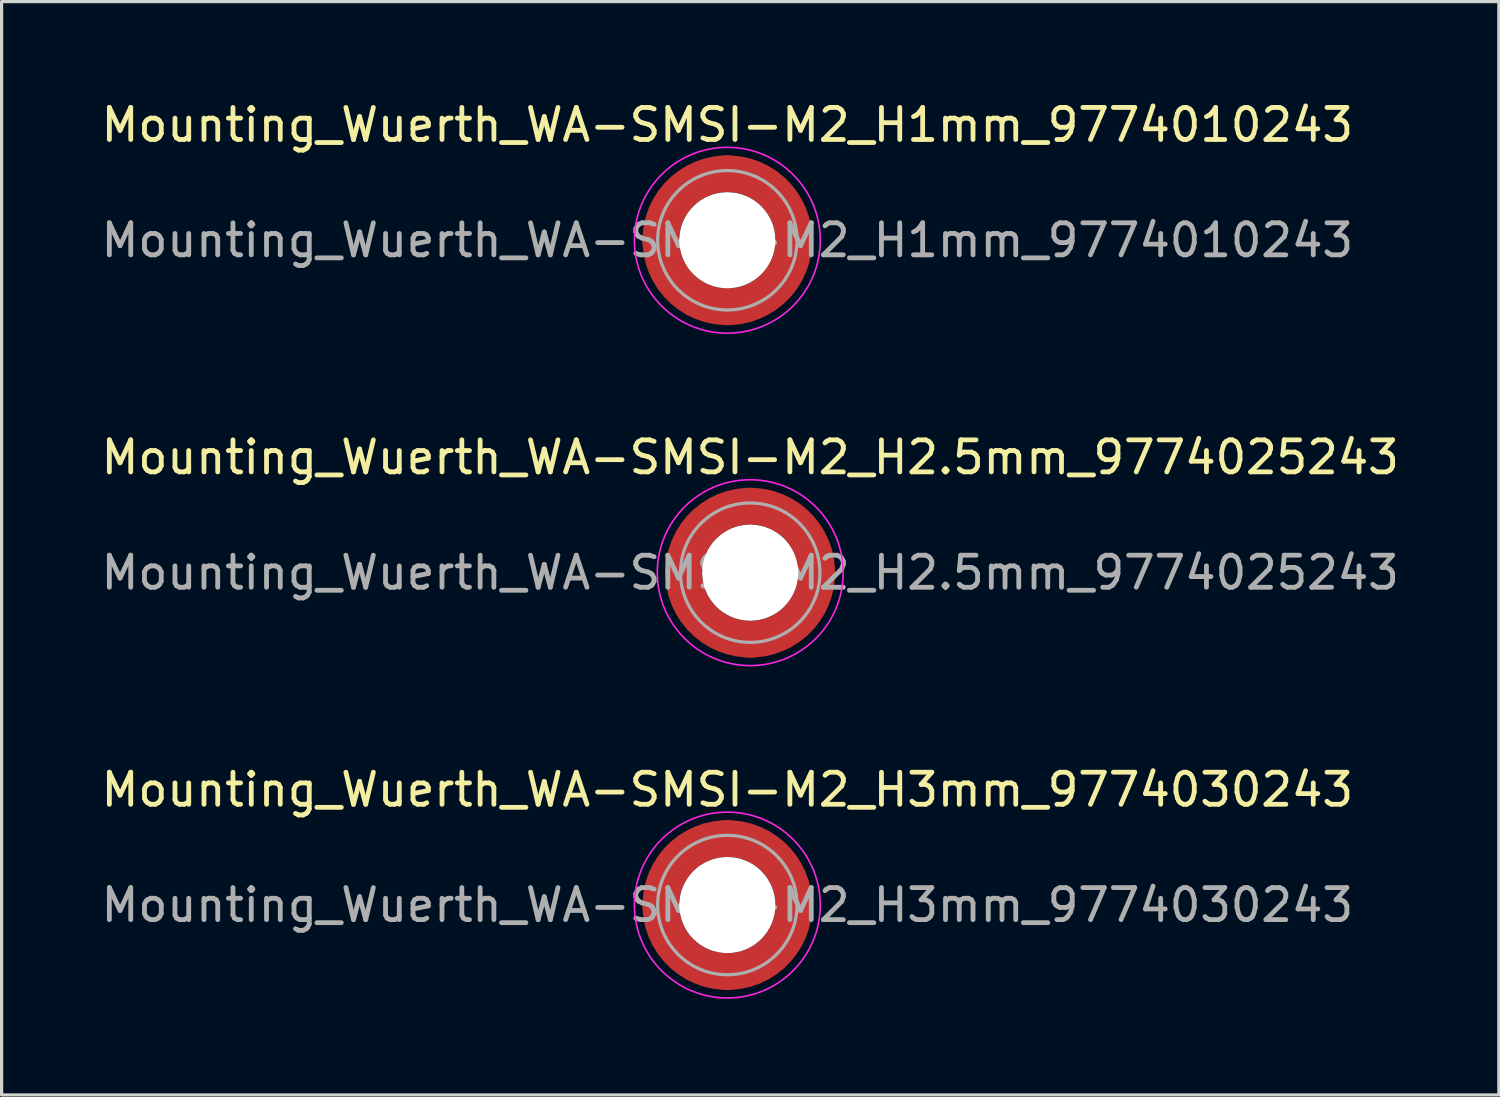
<source format=kicad_pcb>
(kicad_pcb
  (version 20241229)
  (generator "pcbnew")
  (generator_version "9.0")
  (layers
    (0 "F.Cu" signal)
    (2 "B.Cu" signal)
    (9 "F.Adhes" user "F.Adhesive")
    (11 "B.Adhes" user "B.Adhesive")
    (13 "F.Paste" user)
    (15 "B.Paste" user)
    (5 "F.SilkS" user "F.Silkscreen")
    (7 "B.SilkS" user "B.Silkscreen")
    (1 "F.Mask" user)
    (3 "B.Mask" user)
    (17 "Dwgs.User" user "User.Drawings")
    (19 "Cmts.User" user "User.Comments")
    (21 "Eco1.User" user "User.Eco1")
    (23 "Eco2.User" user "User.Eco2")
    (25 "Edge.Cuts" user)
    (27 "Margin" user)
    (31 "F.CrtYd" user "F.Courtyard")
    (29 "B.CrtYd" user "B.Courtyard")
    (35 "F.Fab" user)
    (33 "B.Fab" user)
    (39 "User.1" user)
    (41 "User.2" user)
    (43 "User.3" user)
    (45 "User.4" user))
  (footprint "Mounting_Wuerth_WA-SMSI-M2_H1mm_9774010243"
    (layer "F.Cu")
    (at 19.649 4.448)
    (property "Reference" "Mounting_Wuerth_WA-SMSI-M2_H1mm_9774010243" (at 0 -3.6 0) (layer "F.SilkS") (effects (font (size 1 1) (thickness 0.15))))
    (attr smd)
    (fp_circle (center 0 0) (end 2.9 0) (stroke (width 0.05) (type solid)) (fill no) (layer "F.CrtYd"))
    (fp_circle (center 0 0) (end 2.175 0) (stroke (width 0.1) (type solid)) (fill no) (layer "F.Fab"))
    (fp_text user "${REFERENCE}" (at 0 0 0) (layer "F.Fab") (effects (font (size 1 1) (thickness 0.15))))
    (pad "" smd custom (at -1.453 -1.453) (size 1.01 1.01) (layers "F.Paste") (options (anchor circle)) (primitives (gr_arc (start -0.262632 0.900604) (mid 0.178544 0.178544) (end 0.900604 -0.262632) (width 0.505)) (gr_arc (start -0.526231 0.900604) (mid 0 0) (end 0.900604 -0.526231) (width 0.505)) (gr_arc (start -0.787275 0.900604) (mid -0.178545 -0.178545) (end 0.900604 -0.787275) (width 0.505)) (gr_line (start 0.901 -0.263) (end 0.901 -0.787) (width 0.505)) (gr_line (start -0.263 0.901) (end -0.787 0.901) (width 0.505))))
    (pad "" smd custom (at -1.453 1.453) (size 1.01 1.01) (layers "F.Paste") (options (anchor circle)) (primitives (gr_arc (start 0.900604 0.262632) (mid 0.178544 -0.178544) (end -0.262632 -0.900604) (width 0.505)) (gr_arc (start 0.900604 0.526231) (mid 0 0) (end -0.526231 -0.900604) (width 0.505)) (gr_arc (start 0.900604 0.787275) (mid -0.178545 0.178545) (end -0.787275 -0.900604) (width 0.505)) (gr_line (start -0.263 -0.901) (end -0.787 -0.901) (width 0.505)) (gr_line (start 0.901 0.263) (end 0.901 0.787) (width 0.505))))
    (pad "" np_thru_hole circle (at 0 0) (size 3 3) (drill 3) (layers "*.Cu" "*.Mask"))
    (pad "" smd custom (at 1.453 -1.453) (size 1.01 1.01) (layers "F.Paste") (options (anchor circle)) (primitives (gr_arc (start -0.900604 -0.262632) (mid -0.178544 0.178544) (end 0.262632 0.900604) (width 0.505)) (gr_arc (start -0.900604 -0.526231) (mid 0 0) (end 0.526231 0.900604) (width 0.505)) (gr_arc (start -0.900604 -0.787275) (mid 0.178545 -0.178545) (end 0.787275 0.900604) (width 0.505)) (gr_line (start 0.263 0.901) (end 0.787 0.901) (width 0.505)) (gr_line (start -0.901 -0.263) (end -0.901 -0.787) (width 0.505))))
    (pad "" smd custom (at 1.453 1.453) (size 1.01 1.01) (layers "F.Paste") (options (anchor circle)) (primitives (gr_arc (start 0.262632 -0.900604) (mid -0.178544 -0.178544) (end -0.900604 0.262632) (width 0.505)) (gr_arc (start 0.526231 -0.900604) (mid 0 0) (end -0.900604 0.526231) (width 0.505)) (gr_arc (start 0.787275 -0.900604) (mid 0.178545 0.178545) (end -0.900604 0.787275) (width 0.505)) (gr_line (start -0.901 0.263) (end -0.901 0.787) (width 0.505)) (gr_line (start 0.263 -0.901) (end 0.787 -0.901) (width 0.505))))
    (pad "1" smd circle (at -2.075 0) (size 1.15 1.15) (layers "F.Cu"))
    (pad "1" smd circle (at 0 -2.075) (size 1.15 1.15) (layers "F.Cu"))
    (pad "1" smd circle (at 0 2.075) (size 1.15 1.15) (layers "F.Cu"))
    (pad "1" smd custom (at 2.075 0) (size 1.15 1.15) (layers "F.Cu" "F.Mask") (options (anchor circle)) (primitives (gr_circle (center -2.075 0) (end 0 0) (width 1.15) (fill no)))))
  (footprint "Mounting_Wuerth_WA-SMSI-M2_H2.5mm_9774025243"
    (layer "F.Cu")
    (at 20.363 14.822)
    (property "Reference" "Mounting_Wuerth_WA-SMSI-M2_H2.5mm_9774025243" (at 0 -3.6 0) (layer "F.SilkS") (effects (font (size 1 1) (thickness 0.15))))
    (attr smd)
    (fp_circle (center 0 0) (end 2.9 0) (stroke (width 0.05) (type solid)) (fill no) (layer "F.CrtYd"))
    (fp_circle (center 0 0) (end 2.175 0) (stroke (width 0.1) (type solid)) (fill no) (layer "F.Fab"))
    (fp_text user "${REFERENCE}" (at 0 0 0) (layer "F.Fab") (effects (font (size 1 1) (thickness 0.15))))
    (pad "" smd custom (at -1.453 -1.453) (size 1.01 1.01) (layers "F.Paste") (options (anchor circle)) (primitives (gr_arc (start -0.147677 1.053104) (mid 0.286378 0.286378) (end 1.053104 -0.147677) (width 0.2)) (gr_arc (start -0.240295 1.053104) (mid 0.222738 0.222738) (end 1.053104 -0.240295) (width 0.2)) (gr_arc (start -0.332645 1.053104) (mid 0.159099 0.159099) (end 1.053104 -0.332645) (width 0.2)) (gr_arc (start -0.424767 1.053104) (mid 0.095459 0.095459) (end 1.053104 -0.424767) (width 0.2)) (gr_arc (start -0.516693 1.053104) (mid 0.031819 0.031819) (end 1.053104 -0.516693) (width 0.2)) (gr_arc (start -0.608448 1.053104) (mid -0.03182 -0.03182) (end 1.053104 -0.608448) (width 0.2)) (gr_arc (start -0.700056 1.053104) (mid -0.09546 -0.09546) (end 1.053104 -0.700056) (width 0.2)) (gr_arc (start -0.791534 1.053104) (mid -0.159099 -0.159099) (end 1.053104 -0.791534) (width 0.2)) (gr_arc (start -0.882896 1.053104) (mid -0.222738 -0.222738) (end 1.053104 -0.882896) (width 0.2)) (gr_arc (start -0.974157 1.053104) (mid -0.286378 -0.286378) (end 1.053104 -0.974157) (width 0.2)) (gr_line (start 1.053 -0.148) (end 1.053 -0.974) (width 0.2)) (gr_line (start -0.148 1.053) (end -0.974 1.053) (width 0.2))))
    (pad "" smd custom (at -1.453 1.453) (size 1.01 1.01) (layers "F.Paste") (options (anchor circle)) (primitives (gr_arc (start 1.053104 0.147677) (mid 0.286378 -0.286378) (end -0.147677 -1.053104) (width 0.2)) (gr_arc (start 1.053104 0.240295) (mid 0.222738 -0.222738) (end -0.240295 -1.053104) (width 0.2)) (gr_arc (start 1.053104 0.332645) (mid 0.159099 -0.159099) (end -0.332645 -1.053104) (width 0.2)) (gr_arc (start 1.053104 0.424767) (mid 0.095459 -0.095459) (end -0.424767 -1.053104) (width 0.2)) (gr_arc (start 1.053104 0.516693) (mid 0.031819 -0.031819) (end -0.516693 -1.053104) (width 0.2)) (gr_arc (start 1.053104 0.608448) (mid -0.03182 0.03182) (end -0.608448 -1.053104) (width 0.2)) (gr_arc (start 1.053104 0.700056) (mid -0.09546 0.09546) (end -0.700056 -1.053104) (width 0.2)) (gr_arc (start 1.053104 0.791534) (mid -0.159099 0.159099) (end -0.791534 -1.053104) (width 0.2)) (gr_arc (start 1.053104 0.882896) (mid -0.222738 0.222738) (end -0.882896 -1.053104) (width 0.2)) (gr_arc (start 1.053104 0.974157) (mid -0.286378 0.286378) (end -0.974157 -1.053104) (width 0.2)) (gr_line (start -0.148 -1.053) (end -0.974 -1.053) (width 0.2)) (gr_line (start 1.053 0.148) (end 1.053 0.974) (width 0.2))))
    (pad "" np_thru_hole circle (at 0 0) (size 3 3) (drill 3) (layers "*.Cu" "*.Mask"))
    (pad "" smd custom (at 1.453 -1.453) (size 1.01 1.01) (layers "F.Paste") (options (anchor circle)) (primitives (gr_arc (start -1.053104 -0.147677) (mid -0.286378 0.286378) (end 0.147677 1.053104) (width 0.2)) (gr_arc (start -1.053104 -0.240295) (mid -0.222738 0.222738) (end 0.240295 1.053104) (width 0.2)) (gr_arc (start -1.053104 -0.332645) (mid -0.159099 0.159099) (end 0.332645 1.053104) (width 0.2)) (gr_arc (start -1.053104 -0.424767) (mid -0.095459 0.095459) (end 0.424767 1.053104) (width 0.2)) (gr_arc (start -1.053104 -0.516693) (mid -0.031819 0.031819) (end 0.516693 1.053104) (width 0.2)) (gr_arc (start -1.053104 -0.608448) (mid 0.03182 -0.03182) (end 0.608448 1.053104) (width 0.2)) (gr_arc (start -1.053104 -0.700056) (mid 0.09546 -0.09546) (end 0.700056 1.053104) (width 0.2)) (gr_arc (start -1.053104 -0.791534) (mid 0.159099 -0.159099) (end 0.791534 1.053104) (width 0.2)) (gr_arc (start -1.053104 -0.882896) (mid 0.222738 -0.222738) (end 0.882896 1.053104) (width 0.2)) (gr_arc (start -1.053104 -0.974157) (mid 0.286378 -0.286378) (end 0.974157 1.053104) (width 0.2)) (gr_line (start 0.148 1.053) (end 0.974 1.053) (width 0.2)) (gr_line (start -1.053 -0.148) (end -1.053 -0.974) (width 0.2))))
    (pad "" smd custom (at 1.453 1.453) (size 1.01 1.01) (layers "F.Paste") (options (anchor circle)) (primitives (gr_arc (start 0.147677 -1.053104) (mid -0.286378 -0.286378) (end -1.053104 0.147677) (width 0.2)) (gr_arc (start 0.240295 -1.053104) (mid -0.222738 -0.222738) (end -1.053104 0.240295) (width 0.2)) (gr_arc (start 0.332645 -1.053104) (mid -0.159099 -0.159099) (end -1.053104 0.332645) (width 0.2)) (gr_arc (start 0.424767 -1.053104) (mid -0.095459 -0.095459) (end -1.053104 0.424767) (width 0.2)) (gr_arc (start 0.516693 -1.053104) (mid -0.031819 -0.031819) (end -1.053104 0.516693) (width 0.2)) (gr_arc (start 0.608448 -1.053104) (mid 0.03182 0.03182) (end -1.053104 0.608448) (width 0.2)) (gr_arc (start 0.700056 -1.053104) (mid 0.09546 0.09546) (end -1.053104 0.700056) (width 0.2)) (gr_arc (start 0.791534 -1.053104) (mid 0.159099 0.159099) (end -1.053104 0.791534) (width 0.2)) (gr_arc (start 0.882896 -1.053104) (mid 0.222738 0.222738) (end -1.053104 0.882896) (width 0.2)) (gr_arc (start 0.974157 -1.053104) (mid 0.286378 0.286378) (end -1.053104 0.974157) (width 0.2)) (gr_line (start -1.053 0.148) (end -1.053 0.974) (width 0.2)) (gr_line (start 0.148 -1.053) (end 0.974 -1.053) (width 0.2))))
    (pad "1" smd circle (at -2.075 0) (size 1.15 1.15) (layers "F.Cu"))
    (pad "1" smd circle (at 0 -2.075) (size 1.15 1.15) (layers "F.Cu"))
    (pad "1" smd circle (at 0 2.075) (size 1.15 1.15) (layers "F.Cu"))
    (pad "1" smd custom (at 2.075 0) (size 1.15 1.15) (layers "F.Cu" "F.Mask") (options (anchor circle)) (primitives (gr_circle (center -2.075 0) (end 0 0) (width 1.15) (fill no)))))
  (footprint "Mounting_Wuerth_WA-SMSI-M2_H3mm_9774030243"
    (layer "F.Cu")
    (at 19.649 25.195)
    (property "Reference" "Mounting_Wuerth_WA-SMSI-M2_H3mm_9774030243" (at 0 -3.6 0) (layer "F.SilkS") (effects (font (size 1 1) (thickness 0.15))))
    (attr smd)
    (fp_circle (center 0 0) (end 2.9 0) (stroke (width 0.05) (type solid)) (fill no) (layer "F.CrtYd"))
    (fp_circle (center 0 0) (end 2.175 0) (stroke (width 0.1) (type solid)) (fill no) (layer "F.Fab"))
    (fp_text user "${REFERENCE}" (at 0 0 0) (layer "F.Fab") (effects (font (size 1 1) (thickness 0.15))))
    (pad "" smd custom (at -1.453 -1.453) (size 1.01 1.01) (layers "F.Paste") (options (anchor circle)) (primitives (gr_arc (start -0.147677 1.053104) (mid 0.286378 0.286378) (end 1.053104 -0.147677) (width 0.2)) (gr_arc (start -0.240295 1.053104) (mid 0.222738 0.222738) (end 1.053104 -0.240295) (width 0.2)) (gr_arc (start -0.332645 1.053104) (mid 0.159099 0.159099) (end 1.053104 -0.332645) (width 0.2)) (gr_arc (start -0.424767 1.053104) (mid 0.095459 0.095459) (end 1.053104 -0.424767) (width 0.2)) (gr_arc (start -0.516693 1.053104) (mid 0.031819 0.031819) (end 1.053104 -0.516693) (width 0.2)) (gr_arc (start -0.608448 1.053104) (mid -0.03182 -0.03182) (end 1.053104 -0.608448) (width 0.2)) (gr_arc (start -0.700056 1.053104) (mid -0.09546 -0.09546) (end 1.053104 -0.700056) (width 0.2)) (gr_arc (start -0.791534 1.053104) (mid -0.159099 -0.159099) (end 1.053104 -0.791534) (width 0.2)) (gr_arc (start -0.882896 1.053104) (mid -0.222738 -0.222738) (end 1.053104 -0.882896) (width 0.2)) (gr_arc (start -0.974157 1.053104) (mid -0.286378 -0.286378) (end 1.053104 -0.974157) (width 0.2)) (gr_line (start 1.053 -0.148) (end 1.053 -0.974) (width 0.2)) (gr_line (start -0.148 1.053) (end -0.974 1.053) (width 0.2))))
    (pad "" smd custom (at -1.453 1.453) (size 1.01 1.01) (layers "F.Paste") (options (anchor circle)) (primitives (gr_arc (start 1.053104 0.147677) (mid 0.286378 -0.286378) (end -0.147677 -1.053104) (width 0.2)) (gr_arc (start 1.053104 0.240295) (mid 0.222738 -0.222738) (end -0.240295 -1.053104) (width 0.2)) (gr_arc (start 1.053104 0.332645) (mid 0.159099 -0.159099) (end -0.332645 -1.053104) (width 0.2)) (gr_arc (start 1.053104 0.424767) (mid 0.095459 -0.095459) (end -0.424767 -1.053104) (width 0.2)) (gr_arc (start 1.053104 0.516693) (mid 0.031819 -0.031819) (end -0.516693 -1.053104) (width 0.2)) (gr_arc (start 1.053104 0.608448) (mid -0.03182 0.03182) (end -0.608448 -1.053104) (width 0.2)) (gr_arc (start 1.053104 0.700056) (mid -0.09546 0.09546) (end -0.700056 -1.053104) (width 0.2)) (gr_arc (start 1.053104 0.791534) (mid -0.159099 0.159099) (end -0.791534 -1.053104) (width 0.2)) (gr_arc (start 1.053104 0.882896) (mid -0.222738 0.222738) (end -0.882896 -1.053104) (width 0.2)) (gr_arc (start 1.053104 0.974157) (mid -0.286378 0.286378) (end -0.974157 -1.053104) (width 0.2)) (gr_line (start -0.148 -1.053) (end -0.974 -1.053) (width 0.2)) (gr_line (start 1.053 0.148) (end 1.053 0.974) (width 0.2))))
    (pad "" np_thru_hole circle (at 0 0) (size 3 3) (drill 3) (layers "*.Cu" "*.Mask"))
    (pad "" smd custom (at 1.453 -1.453) (size 1.01 1.01) (layers "F.Paste") (options (anchor circle)) (primitives (gr_arc (start -1.053104 -0.147677) (mid -0.286378 0.286378) (end 0.147677 1.053104) (width 0.2)) (gr_arc (start -1.053104 -0.240295) (mid -0.222738 0.222738) (end 0.240295 1.053104) (width 0.2)) (gr_arc (start -1.053104 -0.332645) (mid -0.159099 0.159099) (end 0.332645 1.053104) (width 0.2)) (gr_arc (start -1.053104 -0.424767) (mid -0.095459 0.095459) (end 0.424767 1.053104) (width 0.2)) (gr_arc (start -1.053104 -0.516693) (mid -0.031819 0.031819) (end 0.516693 1.053104) (width 0.2)) (gr_arc (start -1.053104 -0.608448) (mid 0.03182 -0.03182) (end 0.608448 1.053104) (width 0.2)) (gr_arc (start -1.053104 -0.700056) (mid 0.09546 -0.09546) (end 0.700056 1.053104) (width 0.2)) (gr_arc (start -1.053104 -0.791534) (mid 0.159099 -0.159099) (end 0.791534 1.053104) (width 0.2)) (gr_arc (start -1.053104 -0.882896) (mid 0.222738 -0.222738) (end 0.882896 1.053104) (width 0.2)) (gr_arc (start -1.053104 -0.974157) (mid 0.286378 -0.286378) (end 0.974157 1.053104) (width 0.2)) (gr_line (start 0.148 1.053) (end 0.974 1.053) (width 0.2)) (gr_line (start -1.053 -0.148) (end -1.053 -0.974) (width 0.2))))
    (pad "" smd custom (at 1.453 1.453) (size 1.01 1.01) (layers "F.Paste") (options (anchor circle)) (primitives (gr_arc (start 0.147677 -1.053104) (mid -0.286378 -0.286378) (end -1.053104 0.147677) (width 0.2)) (gr_arc (start 0.240295 -1.053104) (mid -0.222738 -0.222738) (end -1.053104 0.240295) (width 0.2)) (gr_arc (start 0.332645 -1.053104) (mid -0.159099 -0.159099) (end -1.053104 0.332645) (width 0.2)) (gr_arc (start 0.424767 -1.053104) (mid -0.095459 -0.095459) (end -1.053104 0.424767) (width 0.2)) (gr_arc (start 0.516693 -1.053104) (mid -0.031819 -0.031819) (end -1.053104 0.516693) (width 0.2)) (gr_arc (start 0.608448 -1.053104) (mid 0.03182 0.03182) (end -1.053104 0.608448) (width 0.2)) (gr_arc (start 0.700056 -1.053104) (mid 0.09546 0.09546) (end -1.053104 0.700056) (width 0.2)) (gr_arc (start 0.791534 -1.053104) (mid 0.159099 0.159099) (end -1.053104 0.791534) (width 0.2)) (gr_arc (start 0.882896 -1.053104) (mid 0.222738 0.222738) (end -1.053104 0.882896) (width 0.2)) (gr_arc (start 0.974157 -1.053104) (mid 0.286378 0.286378) (end -1.053104 0.974157) (width 0.2)) (gr_line (start -1.053 0.148) (end -1.053 0.974) (width 0.2)) (gr_line (start 0.148 -1.053) (end 0.974 -1.053) (width 0.2))))
    (pad "1" smd circle (at -2.075 0) (size 1.15 1.15) (layers "F.Cu"))
    (pad "1" smd circle (at 0 -2.075) (size 1.15 1.15) (layers "F.Cu"))
    (pad "1" smd circle (at 0 2.075) (size 1.15 1.15) (layers "F.Cu"))
    (pad "1" smd custom (at 2.075 0) (size 1.15 1.15) (layers "F.Cu" "F.Mask") (options (anchor circle)) (primitives (gr_circle (center -2.075 0) (end 0 0) (width 1.15) (fill no)))))
  (gr_rect
    (start -3 -3)
    (end 43.726 31.12)
    (stroke (width 0.1) (type default))
    (fill no)
    (layer "Edge.Cuts")))
</source>
